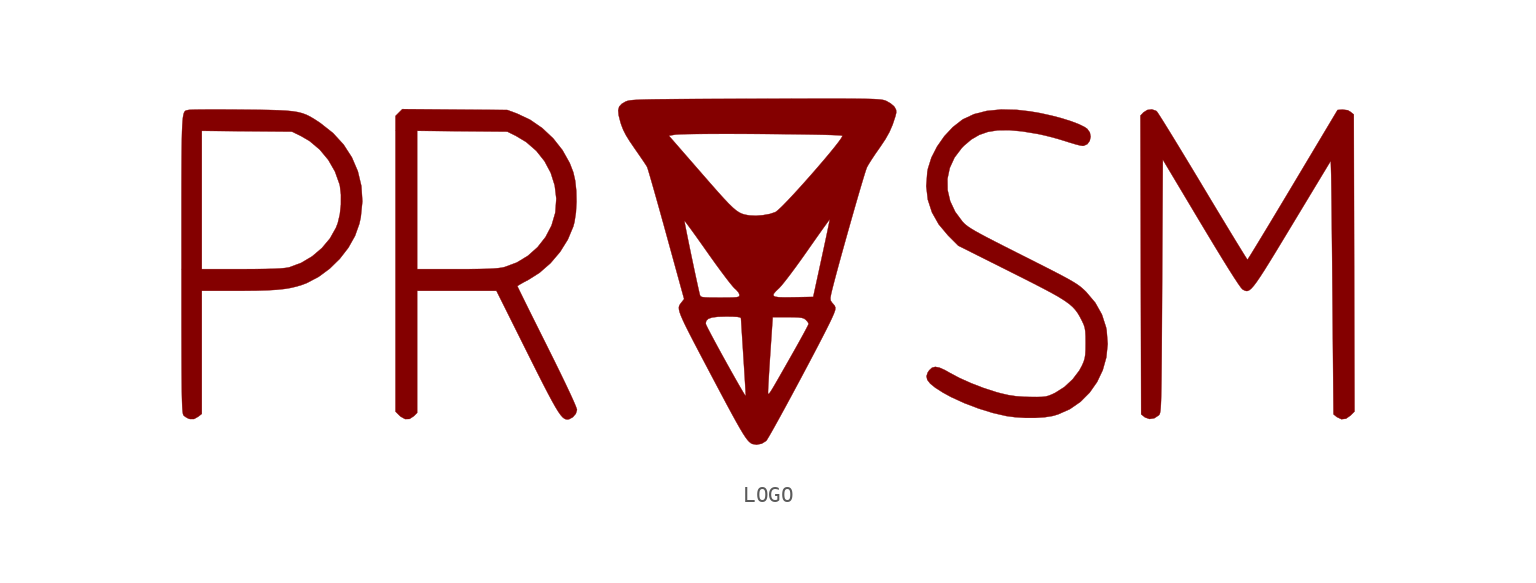
<source format=kicad_sym>
(kicad_symbol_lib
  (version 20210619)
  (generator bitmap2component)
  (symbol "LOGO"
    (pin_names
      (offset 1.016))
    (property "Reference" "#G"
      (at 0 15.79 0)
      (effects (font (size 1.27 1.27)) hide))
    (symbol "LOGO_0_0"
      (polyline (pts (xy -20.034 -8.962) (xy -19.756 -8.792) (xy -19.711 -8.731) (xy -19.588 -8.528) (xy -19.402 -8.206) (xy -19.165 -7.782) (xy -18.884 -7.273) (xy -18.569 -6.697) (xy -18.231 -6.072) (xy -17.878 -5.415) (xy -17.519 -4.745) (xy -17.165 -4.078) (xy -16.824 -3.433) (xy -16.507 -2.827) (xy -16.222 -2.277) (xy -15.98 -1.802) (xy -15.789 -1.419) (xy -15.659 -1.146) (xy -15.521 -0.835) (xy -15.441 -0.608) (xy -15.428 -0.453) (xy -15.48 -0.329) (xy -15.595 -0.194) (xy -15.643 -0.141) (xy -15.726 -0.009) (xy -15.739 0.15) (xy -15.693 0.404) (xy -15.688 0.424) (xy -15.617 0.721) (xy -15.51 1.137) (xy -15.373 1.655) (xy -15.211 2.253) (xy -15.03 2.911) (xy -14.836 3.608) (xy -14.635 4.325) (xy -14.432 5.041) (xy -14.234 5.735) (xy -14.046 6.388) (xy -13.873 6.979) (xy -13.721 7.488) (xy -13.597 7.895) (xy -13.506 8.178) (xy -13.453 8.319) (xy -13.359 8.487) (xy -13.174 8.782) (xy -12.942 9.132) (xy -12.69 9.493) (xy -12.629 9.579) (xy -12.297 10.076) (xy -12.049 10.52) (xy -11.853 10.972) (xy -11.681 11.49) (xy -11.68 11.493) (xy -11.622 11.736) (xy -11.634 11.902) (xy -11.721 12.069) (xy -11.771 12.132) (xy -11.979 12.308) (xy -12.237 12.456) (xy -12.243 12.459) (xy -12.311 12.486) (xy -12.388 12.51) (xy -12.485 12.531) (xy -12.613 12.549) (xy -12.782 12.564) (xy -13.003 12.577) (xy -13.287 12.587) (xy -13.644 12.594) (xy -14.085 12.6) (xy -14.621 12.604) (xy -15.262 12.606) (xy -16.02 12.606) (xy -16.903 12.605) (xy -17.925 12.603) (xy -19.094 12.6) (xy -20.422 12.596) (xy -20.719 12.595) (xy -22.012 12.591) (xy -23.148 12.588) (xy -24.138 12.584) (xy -24.993 12.579) (xy -25.723 12.574) (xy -26.34 12.568) (xy -26.853 12.561) (xy -27.273 12.552) (xy -27.612 12.542) (xy -27.878 12.53) (xy -28.085 12.516) (xy -28.241 12.499) (xy -28.357 12.48) (xy -28.444 12.458) (xy -28.513 12.432) (xy -28.575 12.404) (xy -28.785 12.278) (xy -28.944 12.106) (xy -29.005 11.88) (xy -28.977 11.566) (xy -28.866 11.134) (xy -28.814 10.97) (xy -28.69 10.65) (xy -28.524 10.324) (xy -28.501 10.287) (xy -25.837 10.287) (xy -25.446 10.353) (xy -25.378 10.361) (xy -25.132 10.374) (xy -24.752 10.385) (xy -24.255 10.393) (xy -23.66 10.399) (xy -22.985 10.402) (xy -22.247 10.403) (xy -21.463 10.402) (xy -20.653 10.399) (xy -19.834 10.394) (xy -19.023 10.388) (xy -18.239 10.38) (xy -17.5 10.37) (xy -16.823 10.359) (xy -16.225 10.347) (xy -15.726 10.333) (xy -15.342 10.318) (xy -15.092 10.303) (xy -14.994 10.286) (xy -14.992 10.264) (xy -15.065 10.129) (xy -15.232 9.896) (xy -15.479 9.579) (xy -15.79 9.198) (xy -16.151 8.768) (xy -16.547 8.306) (xy -16.962 7.83) (xy -17.383 7.356) (xy -17.793 6.901) (xy -18.179 6.483) (xy -18.525 6.119) (xy -18.817 5.824) (xy -19.039 5.618) (xy -19.177 5.515) (xy -19.191 5.509) (xy -19.524 5.398) (xy -19.949 5.321) (xy -20.393 5.286) (xy -20.786 5.304) (xy -20.904 5.321) (xy -21.096 5.357) (xy -21.271 5.411) (xy -21.445 5.494) (xy -21.632 5.62) (xy -21.844 5.799) (xy -22.098 6.045) (xy -22.405 6.371) (xy -22.781 6.787) (xy -23.24 7.307) (xy -23.795 7.943) (xy -25.837 10.287) (xy -28.501 10.287) (xy -28.295 9.951) (xy -27.979 9.488) (xy -27.901 9.376) (xy -27.651 9.016) (xy -27.437 8.703) (xy -27.28 8.466) (xy -27.201 8.338) (xy -27.198 8.332) (xy -27.152 8.197) (xy -27.068 7.918) (xy -26.949 7.511) (xy -26.8 6.991) (xy -26.626 6.377) (xy -26.431 5.683) (xy -26.232 4.967) (xy -24.864 4.967) (xy -24.858 4.963) (xy -24.777 4.866) (xy -24.616 4.651) (xy -24.386 4.337) (xy -24.099 3.939) (xy -23.769 3.474) (xy -23.407 2.961) (xy -23.33 2.851) (xy -22.956 2.327) (xy -22.603 1.844) (xy -22.286 1.421) (xy -22.02 1.078) (xy -21.819 0.835) (xy -21.7 0.712) (xy -21.642 0.665) (xy -21.484 0.487) (xy -21.421 0.334) (xy -21.421 0.32) (xy -21.428 0.292) (xy -19.305 0.292) (xy -19.288 0.399) (xy -19.162 0.553) (xy -18.941 0.764) (xy -18.932 0.772) (xy -18.781 0.939) (xy -18.553 1.222) (xy -18.263 1.599) (xy -17.928 2.05) (xy -17.564 2.552) (xy -17.188 3.084) (xy -17.107 3.201) (xy -16.757 3.7) (xy -16.442 4.146) (xy -16.175 4.522) (xy -15.968 4.81) (xy -15.833 4.994) (xy -15.783 5.056) (xy -15.783 5.049) (xy -15.805 4.923) (xy -15.858 4.659) (xy -15.938 4.276) (xy -16.039 3.796) (xy -16.159 3.238) (xy -16.291 2.625) (xy -16.816 0.212) (xy -18.06 0.188) (xy -18.586 0.182) (xy -18.966 0.192) (xy -19.202 0.226) (xy -19.305 0.292) (xy -21.428 0.292) (xy -21.436 0.259) (xy -21.491 0.218) (xy -21.614 0.191) (xy -21.829 0.177) (xy -22.162 0.171) (xy -22.639 0.169) (xy -22.863 0.17) (xy -23.275 0.172) (xy -23.556 0.181) (xy -23.733 0.2) (xy -23.832 0.233) (xy -23.88 0.285) (xy -23.905 0.36) (xy -23.95 0.549) (xy -24.025 0.885) (xy -24.118 1.31) (xy -24.224 1.8) (xy -24.335 2.329) (xy -24.449 2.87) (xy -24.559 3.4) (xy -24.659 3.891) (xy -24.745 4.319) (xy -24.812 4.658) (xy -24.853 4.882) (xy -24.864 4.967) (xy -26.232 4.967) (xy -26.22 4.927) (xy -25.999 4.124) (xy -24.885 0.078) (xy -25.058 -0.142) (xy -25.098 -0.193) (xy -25.156 -0.274) (xy -25.197 -0.358) (xy -25.215 -0.459) (xy -25.205 -0.586) (xy -25.163 -0.754) (xy -25.082 -0.973) (xy -24.959 -1.257) (xy -24.865 -1.454) (xy -23.537 -1.454) (xy -23.501 -1.286) (xy -23.373 -1.158) (xy -23.134 -1.075) (xy -22.766 -1.03) (xy -22.248 -1.016) (xy -21.85 -1.021) (xy -21.551 -1.038) (xy -21.384 -1.071) (xy -21.331 -1.122) (xy -21.331 -1.127) (xy -21.323 -1.255) (xy -21.306 -1.527) (xy -21.282 -1.92) (xy -21.25 -2.412) (xy -21.214 -2.978) (xy -21.175 -3.598) (xy -21.169 -3.693) (xy -21.13 -4.3) (xy -21.096 -4.846) (xy -21.068 -5.308) (xy -21.047 -5.667) (xy -21.043 -5.739) (xy -19.639 -5.739) (xy -19.636 -5.628) (xy -19.632 -5.518) (xy -19.617 -5.237) (xy -19.594 -4.835) (xy -19.564 -4.339) (xy -19.528 -3.776) (xy -19.488 -3.175) (xy -19.346 -1.058) (xy -18.403 -1.058) (xy -18.05 -1.061) (xy -17.733 -1.073) (xy -17.522 -1.1) (xy -17.383 -1.147) (xy -17.281 -1.22) (xy -17.16 -1.353) (xy -17.103 -1.471) (xy -17.103 -1.474) (xy -17.15 -1.58) (xy -17.27 -1.812) (xy -17.451 -2.149) (xy -17.684 -2.572) (xy -17.957 -3.061) (xy -18.26 -3.596) (xy -18.451 -3.932) (xy -18.792 -4.531) (xy -19.061 -5.002) (xy -19.266 -5.356) (xy -19.417 -5.607) (xy -19.521 -5.766) (xy -19.587 -5.847) (xy -19.623 -5.861) (xy -19.637 -5.821) (xy -19.639 -5.739) (xy -21.043 -5.739) (xy -21.035 -5.899) (xy -21.032 -5.984) (xy -21.045 -5.974) (xy -21.127 -5.853) (xy -21.27 -5.614) (xy -21.464 -5.281) (xy -21.696 -4.873) (xy -21.955 -4.413) (xy -22.228 -3.923) (xy -22.504 -3.424) (xy -22.77 -2.938) (xy -23.014 -2.486) (xy -23.225 -2.09) (xy -23.391 -1.771) (xy -23.499 -1.552) (xy -23.537 -1.454) (xy -24.865 -1.454) (xy -24.787 -1.618) (xy -24.561 -2.067) (xy -24.278 -2.618) (xy -23.931 -3.281) (xy -23.515 -4.07) (xy -23.026 -4.997) (xy -22.664 -5.68) (xy -22.26 -6.439) (xy -21.92 -7.07) (xy -21.637 -7.584) (xy -21.404 -7.995) (xy -21.213 -8.315) (xy -21.056 -8.556) (xy -20.926 -8.73) (xy -20.816 -8.851) (xy -20.717 -8.93) (xy -20.623 -8.98) (xy -20.357 -9.026) (xy -20.034 -8.962)) (stroke (width 0.01)) (fill (type outline)))
      (polyline (pts (xy -55.516 -7.421) (xy -55.257 -7.275) (xy -55.033 -7.1) (xy -55.033 0.593) (xy -52.838 0.593) (xy -52.411 0.594) (xy -51.6 0.603) (xy -50.924 0.623) (xy -50.359 0.657) (xy -49.882 0.707) (xy -49.469 0.775) (xy -49.097 0.863) (xy -48.742 0.973) (xy -48.484 1.071) (xy -47.737 1.462) (xy -47.036 1.978) (xy -46.406 2.595) (xy -45.87 3.286) (xy -45.455 4.024) (xy -45.184 4.784) (xy -45.095 5.195) (xy -44.996 6.183) (xy -45.059 7.144) (xy -45.279 8.064) (xy -45.65 8.931) (xy -46.168 9.732) (xy -46.828 10.452) (xy -47.625 11.08) (xy -47.708 11.136) (xy -47.989 11.32) (xy -48.242 11.471) (xy -48.485 11.593) (xy -48.739 11.689) (xy -49.024 11.762) (xy -49.36 11.816) (xy -49.765 11.854) (xy -50.261 11.88) (xy -50.866 11.897) (xy -51.602 11.909) (xy -52.486 11.918) (xy -52.53 11.919) (xy -53.251 11.924) (xy -53.923 11.927) (xy -54.526 11.927) (xy -55.04 11.924) (xy -55.444 11.919) (xy -55.72 11.911) (xy -55.846 11.901) (xy -55.888 11.892) (xy -55.955 11.88) (xy -56.013 11.866) (xy -56.065 11.84) (xy -56.111 11.793) (xy -56.15 11.716) (xy -56.183 11.598) (xy -56.212 11.432) (xy -56.235 11.208) (xy -56.254 10.916) (xy -56.27 10.548) (xy -56.281 10.093) (xy -56.29 9.543) (xy -56.296 8.889) (xy -56.3 8.121) (xy -56.303 7.23) (xy -56.304 6.207) (xy -56.304 5.042) (xy -56.304 3.727) (xy -56.303 2.251) (xy -56.303 2.135) (xy -56.303 1.947) (xy -55.033 1.947) (xy -55.033 10.59) (xy -49.399 10.541) (xy -48.808 10.251) (xy -48.291 9.947) (xy -47.663 9.418) (xy -47.129 8.777) (xy -46.71 8.048) (xy -46.427 7.258) (xy -46.401 7.147) (xy -46.336 6.598) (xy -46.338 5.982) (xy -46.406 5.368) (xy -46.535 4.826) (xy -46.65 4.529) (xy -47.023 3.867) (xy -47.527 3.266) (xy -48.134 2.749) (xy -48.817 2.342) (xy -49.552 2.068) (xy -49.611 2.053) (xy -49.827 2.019) (xy -50.128 1.992) (xy -50.53 1.972) (xy -51.05 1.959) (xy -51.706 1.951) (xy -52.514 1.948) (xy -55.033 1.947) (xy -56.303 1.947) (xy -56.303 0.687) (xy -56.303 -0.602) (xy -56.302 -1.741) (xy -56.3 -2.74) (xy -56.298 -3.608) (xy -56.295 -4.354) (xy -56.29 -4.987) (xy -56.285 -5.518) (xy -56.278 -5.955) (xy -56.269 -6.309) (xy -56.259 -6.587) (xy -56.247 -6.8) (xy -56.233 -6.957) (xy -56.217 -7.068) (xy -56.199 -7.142) (xy -56.178 -7.187) (xy -56.155 -7.215) (xy -56.046 -7.298) (xy -55.88 -7.391) (xy -55.773 -7.423) (xy -55.516 -7.421)) (stroke (width 0.01)) (fill (type outline)))
      (polyline (pts (xy -32.073 -7.435) (xy -31.837 -7.306) (xy -31.654 -7.092) (xy -31.581 -6.851) (xy -31.585 -6.82) (xy -31.651 -6.633) (xy -31.789 -6.307) (xy -31.997 -5.85) (xy -32.27 -5.27) (xy -32.605 -4.576) (xy -32.997 -3.776) (xy -33.443 -2.879) (xy -33.496 -2.772) (xy -33.861 -2.042) (xy -34.201 -1.36) (xy -34.509 -0.742) (xy -34.776 -0.202) (xy -34.997 0.246) (xy -35.164 0.586) (xy -35.269 0.803) (xy -35.306 0.884) (xy -35.286 0.904) (xy -35.149 0.99) (xy -34.913 1.124) (xy -34.609 1.285) (xy -33.922 1.719) (xy -33.235 2.319) (xy -32.636 3.023) (xy -32.152 3.799) (xy -31.811 4.614) (xy -31.737 4.896) (xy -31.647 5.492) (xy -31.61 6.158) (xy -31.624 6.837) (xy -31.691 7.471) (xy -31.811 8.001) (xy -32.034 8.578) (xy -32.485 9.381) (xy -33.065 10.117) (xy -33.749 10.76) (xy -34.515 11.288) (xy -35.34 11.676) (xy -35.941 11.896) (xy -39.22 11.922) (xy -42.5 11.949) (xy -42.713 11.736) (xy -42.926 11.522) (xy -42.926 10.592) (xy -41.571 10.592) (xy -38.754 10.566) (xy -35.937 10.541) (xy -35.389 10.269) (xy -34.756 9.889) (xy -34.123 9.338) (xy -33.609 8.69) (xy -33.222 7.963) (xy -32.974 7.178) (xy -32.874 6.355) (xy -32.934 5.514) (xy -32.946 5.446) (xy -33.173 4.673) (xy -33.546 3.958) (xy -34.045 3.321) (xy -34.652 2.781) (xy -35.348 2.36) (xy -36.114 2.077) (xy -36.272 2.042) (xy -36.504 2.01) (xy -36.805 1.985) (xy -37.193 1.967) (xy -37.691 1.956) (xy -38.316 1.949) (xy -39.092 1.947) (xy -41.571 1.947) (xy -41.571 10.592) (xy -42.926 10.592) (xy -42.926 -6.956) (xy -42.679 -7.203) (xy -42.612 -7.265) (xy -42.327 -7.425) (xy -42.047 -7.418) (xy -41.779 -7.243) (xy -41.571 -7.035) (xy -41.571 0.593) (xy -36.617 0.593) (xy -34.713 -3.225) (xy -34.483 -3.685) (xy -34.059 -4.531) (xy -33.698 -5.241) (xy -33.394 -5.828) (xy -33.14 -6.302) (xy -32.929 -6.676) (xy -32.754 -6.961) (xy -32.608 -7.168) (xy -32.485 -7.309) (xy -32.377 -7.395) (xy -32.277 -7.439) (xy -32.178 -7.451) (xy -32.073 -7.435)) (stroke (width 0.01)) (fill (type outline)))
      (polyline (pts (xy 16.486 -7.402) (xy 16.772 -7.202) (xy 17.021 -6.953) (xy 16.998 2.331) (xy 16.976 11.614) (xy 16.77 11.78) (xy 16.6 11.88) (xy 16.262 11.921) (xy 15.96 11.896) (xy 13.166 7.22) (xy 13.011 6.961) (xy 12.533 6.163) (xy 12.083 5.414) (xy 11.669 4.725) (xy 11.296 4.109) (xy 10.974 3.578) (xy 10.708 3.143) (xy 10.508 2.817) (xy 10.379 2.613) (xy 10.329 2.542) (xy 10.325 2.545) (xy 10.258 2.645) (xy 10.113 2.874) (xy 9.898 3.223) (xy 9.619 3.677) (xy 9.286 4.224) (xy 8.904 4.854) (xy 8.482 5.552) (xy 8.027 6.307) (xy 7.547 7.107) (xy 7.459 7.254) (xy 6.979 8.052) (xy 6.522 8.807) (xy 6.098 9.506) (xy 5.714 10.136) (xy 5.377 10.684) (xy 5.096 11.138) (xy 4.877 11.485) (xy 4.73 11.712) (xy 4.662 11.806) (xy 4.612 11.846) (xy 4.352 11.933) (xy 4.067 11.896) (xy 3.824 11.741) (xy 3.638 11.544) (xy 3.683 -7.127) (xy 3.892 -7.296) (xy 3.928 -7.323) (xy 4.205 -7.42) (xy 4.506 -7.374) (xy 4.783 -7.192) (xy 4.796 -7.179) (xy 4.824 -7.144) (xy 4.847 -7.095) (xy 4.868 -7.021) (xy 4.887 -6.912) (xy 4.902 -6.758) (xy 4.916 -6.548) (xy 4.928 -6.273) (xy 4.938 -5.921) (xy 4.947 -5.482) (xy 4.955 -4.947) (xy 4.962 -4.304) (xy 4.969 -3.543) (xy 4.975 -2.655) (xy 4.981 -1.628) (xy 4.988 -0.452) (xy 4.995 0.883) (xy 5.038 8.788) (xy 7.423 4.796) (xy 7.731 4.283) (xy 8.277 3.378) (xy 8.754 2.597) (xy 9.16 1.943) (xy 9.492 1.42) (xy 9.748 1.033) (xy 9.925 0.785) (xy 10.021 0.68) (xy 10.055 0.661) (xy 10.154 0.609) (xy 10.248 0.58) (xy 10.345 0.585) (xy 10.45 0.634) (xy 10.574 0.737) (xy 10.722 0.904) (xy 10.904 1.146) (xy 11.126 1.471) (xy 11.398 1.891) (xy 11.725 2.416) (xy 12.117 3.055) (xy 12.58 3.82) (xy 13.123 4.718) (xy 15.536 8.715) (xy 15.56 7.88) (xy 15.562 7.795) (xy 15.567 7.504) (xy 15.573 7.065) (xy 15.581 6.492) (xy 15.589 5.801) (xy 15.597 5.005) (xy 15.606 4.118) (xy 15.616 3.156) (xy 15.626 2.132) (xy 15.635 1.062) (xy 15.645 -0.041) (xy 15.706 -7.127) (xy 15.905 -7.289) (xy 15.916 -7.298) (xy 16.2 -7.434) (xy 16.486 -7.402)) (stroke (width 0.01)) (fill (type outline)))
      (polyline (pts (xy -2.346 -7.311) (xy -1.871 -7.236) (xy -1.517 -7.135) (xy -0.772 -6.805) (xy -0.107 -6.345) (xy 0.464 -5.772) (xy 0.931 -5.107) (xy 1.283 -4.366) (xy 1.507 -3.568) (xy 1.592 -2.732) (xy 1.526 -1.876) (xy 1.489 -1.685) (xy 1.232 -0.889) (xy 0.817 -0.151) (xy 0.251 0.518) (xy 0.245 0.525) (xy 0.105 0.66) (xy -0.034 0.784) (xy -0.185 0.903) (xy -0.364 1.028) (xy -0.588 1.167) (xy -0.871 1.329) (xy -1.228 1.523) (xy -1.675 1.756) (xy -2.228 2.04) (xy -2.902 2.381) (xy -3.711 2.789) (xy -4.064 2.967) (xy -4.822 3.35) (xy -5.448 3.669) (xy -5.958 3.933) (xy -6.365 4.15) (xy -6.686 4.327) (xy -6.933 4.475) (xy -7.122 4.599) (xy -7.268 4.71) (xy -7.385 4.814) (xy -7.486 4.921) (xy -7.939 5.532) (xy -8.253 6.2) (xy -8.415 6.892) (xy -8.424 7.588) (xy -8.28 8.27) (xy -7.983 8.918) (xy -7.533 9.514) (xy -7.381 9.669) (xy -6.927 10.053) (xy -6.438 10.338) (xy -5.894 10.527) (xy -5.278 10.624) (xy -4.569 10.633) (xy -3.749 10.558) (xy -2.797 10.401) (xy -2.623 10.366) (xy -2.092 10.241) (xy -1.534 10.092) (xy -1.044 9.942) (xy -0.768 9.853) (xy -0.417 9.749) (xy -0.138 9.678) (xy 0.025 9.652) (xy 0.095 9.657) (xy 0.321 9.761) (xy 0.469 9.965) (xy 0.525 10.223) (xy 0.477 10.489) (xy 0.314 10.717) (xy 0.16 10.824) (xy -0.201 11.004) (xy -0.684 11.189) (xy -1.26 11.371) (xy -1.9 11.54) (xy -2.577 11.69) (xy -3.261 11.809) (xy -4.068 11.902) (xy -5.069 11.927) (xy -5.97 11.837) (xy -6.763 11.636) (xy -7.436 11.323) (xy -7.505 11.28) (xy -8.086 10.828) (xy -8.62 10.257) (xy -9.076 9.606) (xy -9.428 8.917) (xy -9.644 8.23) (xy -9.684 8.015) (xy -9.75 7.132) (xy -9.652 6.29) (xy -9.392 5.492) (xy -8.97 4.745) (xy -8.39 4.054) (xy -7.747 3.41) (xy -4.429 1.747) (xy -3.852 1.458) (xy -3.074 1.064) (xy -2.424 0.729) (xy -1.889 0.443) (xy -1.454 0.196) (xy -1.106 -0.022) (xy -0.83 -0.219) (xy -0.612 -0.406) (xy -0.438 -0.593) (xy -0.293 -0.788) (xy -0.165 -1.002) (xy -0.037 -1.244) (xy -0.014 -1.291) (xy 0.09 -1.514) (xy 0.156 -1.716) (xy 0.192 -1.943) (xy 0.208 -2.244) (xy 0.212 -2.667) (xy 0.208 -3.074) (xy 0.191 -3.391) (xy 0.153 -3.632) (xy 0.087 -3.848) (xy -0.017 -4.085) (xy -0.183 -4.391) (xy -0.601 -4.941) (xy -1.117 -5.42) (xy -1.684 -5.78) (xy -1.879 -5.874) (xy -2.084 -5.959) (xy -2.28 -6.011) (xy -2.511 -6.037) (xy -2.822 -6.044) (xy -3.258 -6.041) (xy -3.624 -6.032) (xy -4.14 -5.996) (xy -4.607 -5.926) (xy -5.099 -5.813) (xy -5.378 -5.737) (xy -6.159 -5.485) (xy -6.943 -5.183) (xy -7.675 -4.856) (xy -8.295 -4.525) (xy -8.574 -4.367) (xy -8.923 -4.21) (xy -9.187 -4.161) (xy -9.391 -4.215) (xy -9.561 -4.372) (xy -9.661 -4.519) (xy -9.734 -4.748) (xy -9.685 -4.973) (xy -9.504 -5.207) (xy -9.182 -5.468) (xy -8.71 -5.769) (xy -8.199 -6.048) (xy -7.375 -6.426) (xy -6.485 -6.764) (xy -5.589 -7.042) (xy -4.748 -7.235) (xy -4.198 -7.308) (xy -3.567 -7.348) (xy -2.93 -7.349) (xy -2.346 -7.311)) (stroke (width 0.01)) (fill (type outline))))))
</source>
